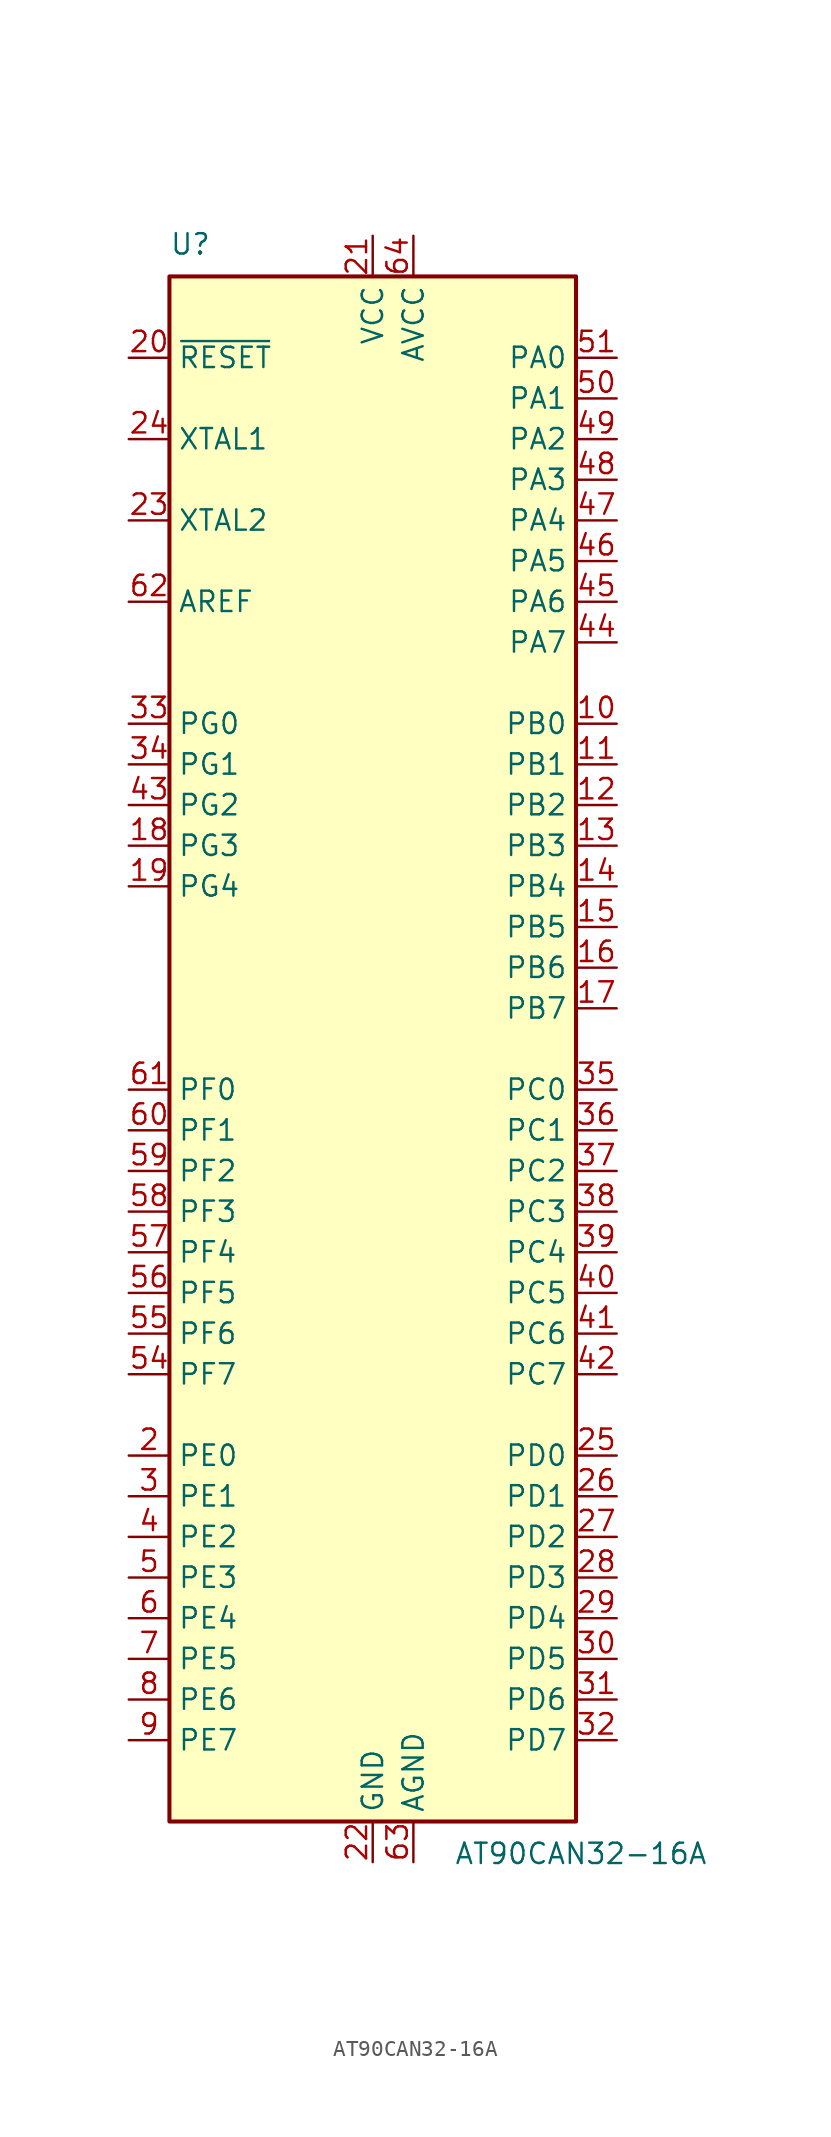
<source format=kicad_sym>
(kicad_symbol_lib
  (version 20201005)
  (generator kicad_symbol_editor)
  (symbol "AT90CAN32-16A"
    (property "Reference" "U"
      (at -12.7 49.53 0)
      (effects (font (size 1.27 1.27)) (justify left bottom)))
    (property "Value" "AT90CAN32-16A"
      (at 5.08 -49.53 0)
      (effects (font (size 1.27 1.27)) (justify left top)))
    (symbol "AT90CAN32-16A_0_1"
      (rectangle (start -12.7 -48.26) (end 12.7 48.26) (stroke (width 0.254)) (fill (type background))))
    (symbol "AT90CAN32-16A_1_1"
      (pin no_connect line (at -12.7 -45.72 0) (length 2.54) hide (name "NC" (effects (font (size 1.27 1.27)))) (number "1" (effects (font (size 1.27 1.27)))))
      (pin bidirectional line (at 15.24 20.32 180) (length 2.54) (name "PB0" (effects (font (size 1.27 1.27)))) (number "10" (effects (font (size 1.27 1.27)))))
      (pin bidirectional line (at 15.24 17.78 180) (length 2.54) (name "PB1" (effects (font (size 1.27 1.27)))) (number "11" (effects (font (size 1.27 1.27)))))
      (pin bidirectional line (at 15.24 15.24 180) (length 2.54) (name "PB2" (effects (font (size 1.27 1.27)))) (number "12" (effects (font (size 1.27 1.27)))))
      (pin bidirectional line (at 15.24 12.7 180) (length 2.54) (name "PB3" (effects (font (size 1.27 1.27)))) (number "13" (effects (font (size 1.27 1.27)))))
      (pin bidirectional line (at 15.24 10.16 180) (length 2.54) (name "PB4" (effects (font (size 1.27 1.27)))) (number "14" (effects (font (size 1.27 1.27)))))
      (pin bidirectional line (at 15.24 7.62 180) (length 2.54) (name "PB5" (effects (font (size 1.27 1.27)))) (number "15" (effects (font (size 1.27 1.27)))))
      (pin bidirectional line (at 15.24 5.08 180) (length 2.54) (name "PB6" (effects (font (size 1.27 1.27)))) (number "16" (effects (font (size 1.27 1.27)))))
      (pin bidirectional line (at 15.24 2.54 180) (length 2.54) (name "PB7" (effects (font (size 1.27 1.27)))) (number "17" (effects (font (size 1.27 1.27)))))
      (pin bidirectional line (at -15.24 12.7 0) (length 2.54) (name "PG3" (effects (font (size 1.27 1.27)))) (number "18" (effects (font (size 1.27 1.27)))))
      (pin bidirectional line (at -15.24 10.16 0) (length 2.54) (name "PG4" (effects (font (size 1.27 1.27)))) (number "19" (effects (font (size 1.27 1.27)))))
      (pin bidirectional line (at -15.24 -25.4 0) (length 2.54) (name "PE0" (effects (font (size 1.27 1.27)))) (number "2" (effects (font (size 1.27 1.27)))))
      (pin input line (at -15.24 43.18 0) (length 2.54) (name "~RESET" (effects (font (size 1.27 1.27)))) (number "20" (effects (font (size 1.27 1.27)))))
      (pin power_in line (at 0 50.8 270) (length 2.54) (name "VCC" (effects (font (size 1.27 1.27)))) (number "21" (effects (font (size 1.27 1.27)))))
      (pin power_in line (at 0 -50.8 90) (length 2.54) (name "GND" (effects (font (size 1.27 1.27)))) (number "22" (effects (font (size 1.27 1.27)))))
      (pin output line (at -15.24 33.02 0) (length 2.54) (name "XTAL2" (effects (font (size 1.27 1.27)))) (number "23" (effects (font (size 1.27 1.27)))))
      (pin input line (at -15.24 38.1 0) (length 2.54) (name "XTAL1" (effects (font (size 1.27 1.27)))) (number "24" (effects (font (size 1.27 1.27)))))
      (pin bidirectional line (at 15.24 -25.4 180) (length 2.54) (name "PD0" (effects (font (size 1.27 1.27)))) (number "25" (effects (font (size 1.27 1.27)))))
      (pin bidirectional line (at 15.24 -27.94 180) (length 2.54) (name "PD1" (effects (font (size 1.27 1.27)))) (number "26" (effects (font (size 1.27 1.27)))))
      (pin bidirectional line (at 15.24 -30.48 180) (length 2.54) (name "PD2" (effects (font (size 1.27 1.27)))) (number "27" (effects (font (size 1.27 1.27)))))
      (pin bidirectional line (at 15.24 -33.02 180) (length 2.54) (name "PD3" (effects (font (size 1.27 1.27)))) (number "28" (effects (font (size 1.27 1.27)))))
      (pin bidirectional line (at 15.24 -35.56 180) (length 2.54) (name "PD4" (effects (font (size 1.27 1.27)))) (number "29" (effects (font (size 1.27 1.27)))))
      (pin bidirectional line (at -15.24 -27.94 0) (length 2.54) (name "PE1" (effects (font (size 1.27 1.27)))) (number "3" (effects (font (size 1.27 1.27)))))
      (pin bidirectional line (at 15.24 -38.1 180) (length 2.54) (name "PD5" (effects (font (size 1.27 1.27)))) (number "30" (effects (font (size 1.27 1.27)))))
      (pin bidirectional line (at 15.24 -40.64 180) (length 2.54) (name "PD6" (effects (font (size 1.27 1.27)))) (number "31" (effects (font (size 1.27 1.27)))))
      (pin bidirectional line (at 15.24 -43.18 180) (length 2.54) (name "PD7" (effects (font (size 1.27 1.27)))) (number "32" (effects (font (size 1.27 1.27)))))
      (pin bidirectional line (at -15.24 20.32 0) (length 2.54) (name "PG0" (effects (font (size 1.27 1.27)))) (number "33" (effects (font (size 1.27 1.27)))))
      (pin bidirectional line (at -15.24 17.78 0) (length 2.54) (name "PG1" (effects (font (size 1.27 1.27)))) (number "34" (effects (font (size 1.27 1.27)))))
      (pin bidirectional line (at 15.24 -2.54 180) (length 2.54) (name "PC0" (effects (font (size 1.27 1.27)))) (number "35" (effects (font (size 1.27 1.27)))))
      (pin bidirectional line (at 15.24 -5.08 180) (length 2.54) (name "PC1" (effects (font (size 1.27 1.27)))) (number "36" (effects (font (size 1.27 1.27)))))
      (pin bidirectional line (at 15.24 -7.62 180) (length 2.54) (name "PC2" (effects (font (size 1.27 1.27)))) (number "37" (effects (font (size 1.27 1.27)))))
      (pin bidirectional line (at 15.24 -10.16 180) (length 2.54) (name "PC3" (effects (font (size 1.27 1.27)))) (number "38" (effects (font (size 1.27 1.27)))))
      (pin bidirectional line (at 15.24 -12.7 180) (length 2.54) (name "PC4" (effects (font (size 1.27 1.27)))) (number "39" (effects (font (size 1.27 1.27)))))
      (pin bidirectional line (at -15.24 -30.48 0) (length 2.54) (name "PE2" (effects (font (size 1.27 1.27)))) (number "4" (effects (font (size 1.27 1.27)))))
      (pin bidirectional line (at 15.24 -15.24 180) (length 2.54) (name "PC5" (effects (font (size 1.27 1.27)))) (number "40" (effects (font (size 1.27 1.27)))))
      (pin bidirectional line (at 15.24 -17.78 180) (length 2.54) (name "PC6" (effects (font (size 1.27 1.27)))) (number "41" (effects (font (size 1.27 1.27)))))
      (pin bidirectional line (at 15.24 -20.32 180) (length 2.54) (name "PC7" (effects (font (size 1.27 1.27)))) (number "42" (effects (font (size 1.27 1.27)))))
      (pin bidirectional line (at -15.24 15.24 0) (length 2.54) (name "PG2" (effects (font (size 1.27 1.27)))) (number "43" (effects (font (size 1.27 1.27)))))
      (pin bidirectional line (at 15.24 25.4 180) (length 2.54) (name "PA7" (effects (font (size 1.27 1.27)))) (number "44" (effects (font (size 1.27 1.27)))))
      (pin bidirectional line (at 15.24 27.94 180) (length 2.54) (name "PA6" (effects (font (size 1.27 1.27)))) (number "45" (effects (font (size 1.27 1.27)))))
      (pin bidirectional line (at 15.24 30.48 180) (length 2.54) (name "PA5" (effects (font (size 1.27 1.27)))) (number "46" (effects (font (size 1.27 1.27)))))
      (pin bidirectional line (at 15.24 33.02 180) (length 2.54) (name "PA4" (effects (font (size 1.27 1.27)))) (number "47" (effects (font (size 1.27 1.27)))))
      (pin bidirectional line (at 15.24 35.56 180) (length 2.54) (name "PA3" (effects (font (size 1.27 1.27)))) (number "48" (effects (font (size 1.27 1.27)))))
      (pin bidirectional line (at 15.24 38.1 180) (length 2.54) (name "PA2" (effects (font (size 1.27 1.27)))) (number "49" (effects (font (size 1.27 1.27)))))
      (pin bidirectional line (at -15.24 -33.02 0) (length 2.54) (name "PE3" (effects (font (size 1.27 1.27)))) (number "5" (effects (font (size 1.27 1.27)))))
      (pin bidirectional line (at 15.24 40.64 180) (length 2.54) (name "PA1" (effects (font (size 1.27 1.27)))) (number "50" (effects (font (size 1.27 1.27)))))
      (pin bidirectional line (at 15.24 43.18 180) (length 2.54) (name "PA0" (effects (font (size 1.27 1.27)))) (number "51" (effects (font (size 1.27 1.27)))))
      (pin passive line (at 0 50.8 270) (length 2.54) hide (name "VCC" (effects (font (size 1.27 1.27)))) (number "52" (effects (font (size 1.27 1.27)))))
      (pin passive line (at 0 -50.8 90) (length 2.54) hide (name "GND" (effects (font (size 1.27 1.27)))) (number "53" (effects (font (size 1.27 1.27)))))
      (pin bidirectional line (at -15.24 -20.32 0) (length 2.54) (name "PF7" (effects (font (size 1.27 1.27)))) (number "54" (effects (font (size 1.27 1.27)))))
      (pin bidirectional line (at -15.24 -17.78 0) (length 2.54) (name "PF6" (effects (font (size 1.27 1.27)))) (number "55" (effects (font (size 1.27 1.27)))))
      (pin bidirectional line (at -15.24 -15.24 0) (length 2.54) (name "PF5" (effects (font (size 1.27 1.27)))) (number "56" (effects (font (size 1.27 1.27)))))
      (pin bidirectional line (at -15.24 -12.7 0) (length 2.54) (name "PF4" (effects (font (size 1.27 1.27)))) (number "57" (effects (font (size 1.27 1.27)))))
      (pin bidirectional line (at -15.24 -10.16 0) (length 2.54) (name "PF3" (effects (font (size 1.27 1.27)))) (number "58" (effects (font (size 1.27 1.27)))))
      (pin bidirectional line (at -15.24 -7.62 0) (length 2.54) (name "PF2" (effects (font (size 1.27 1.27)))) (number "59" (effects (font (size 1.27 1.27)))))
      (pin bidirectional line (at -15.24 -35.56 0) (length 2.54) (name "PE4" (effects (font (size 1.27 1.27)))) (number "6" (effects (font (size 1.27 1.27)))))
      (pin bidirectional line (at -15.24 -5.08 0) (length 2.54) (name "PF1" (effects (font (size 1.27 1.27)))) (number "60" (effects (font (size 1.27 1.27)))))
      (pin bidirectional line (at -15.24 -2.54 0) (length 2.54) (name "PF0" (effects (font (size 1.27 1.27)))) (number "61" (effects (font (size 1.27 1.27)))))
      (pin passive line (at -15.24 27.94 0) (length 2.54) (name "AREF" (effects (font (size 1.27 1.27)))) (number "62" (effects (font (size 1.27 1.27)))))
      (pin power_in line (at 2.54 -50.8 90) (length 2.54) (name "AGND" (effects (font (size 1.27 1.27)))) (number "63" (effects (font (size 1.27 1.27)))))
      (pin power_in line (at 2.54 50.8 270) (length 2.54) (name "AVCC" (effects (font (size 1.27 1.27)))) (number "64" (effects (font (size 1.27 1.27)))))
      (pin bidirectional line (at -15.24 -38.1 0) (length 2.54) (name "PE5" (effects (font (size 1.27 1.27)))) (number "7" (effects (font (size 1.27 1.27)))))
      (pin bidirectional line (at -15.24 -40.64 0) (length 2.54) (name "PE6" (effects (font (size 1.27 1.27)))) (number "8" (effects (font (size 1.27 1.27)))))
      (pin bidirectional line (at -15.24 -43.18 0) (length 2.54) (name "PE7" (effects (font (size 1.27 1.27)))) (number "9" (effects (font (size 1.27 1.27))))))))
</source>
